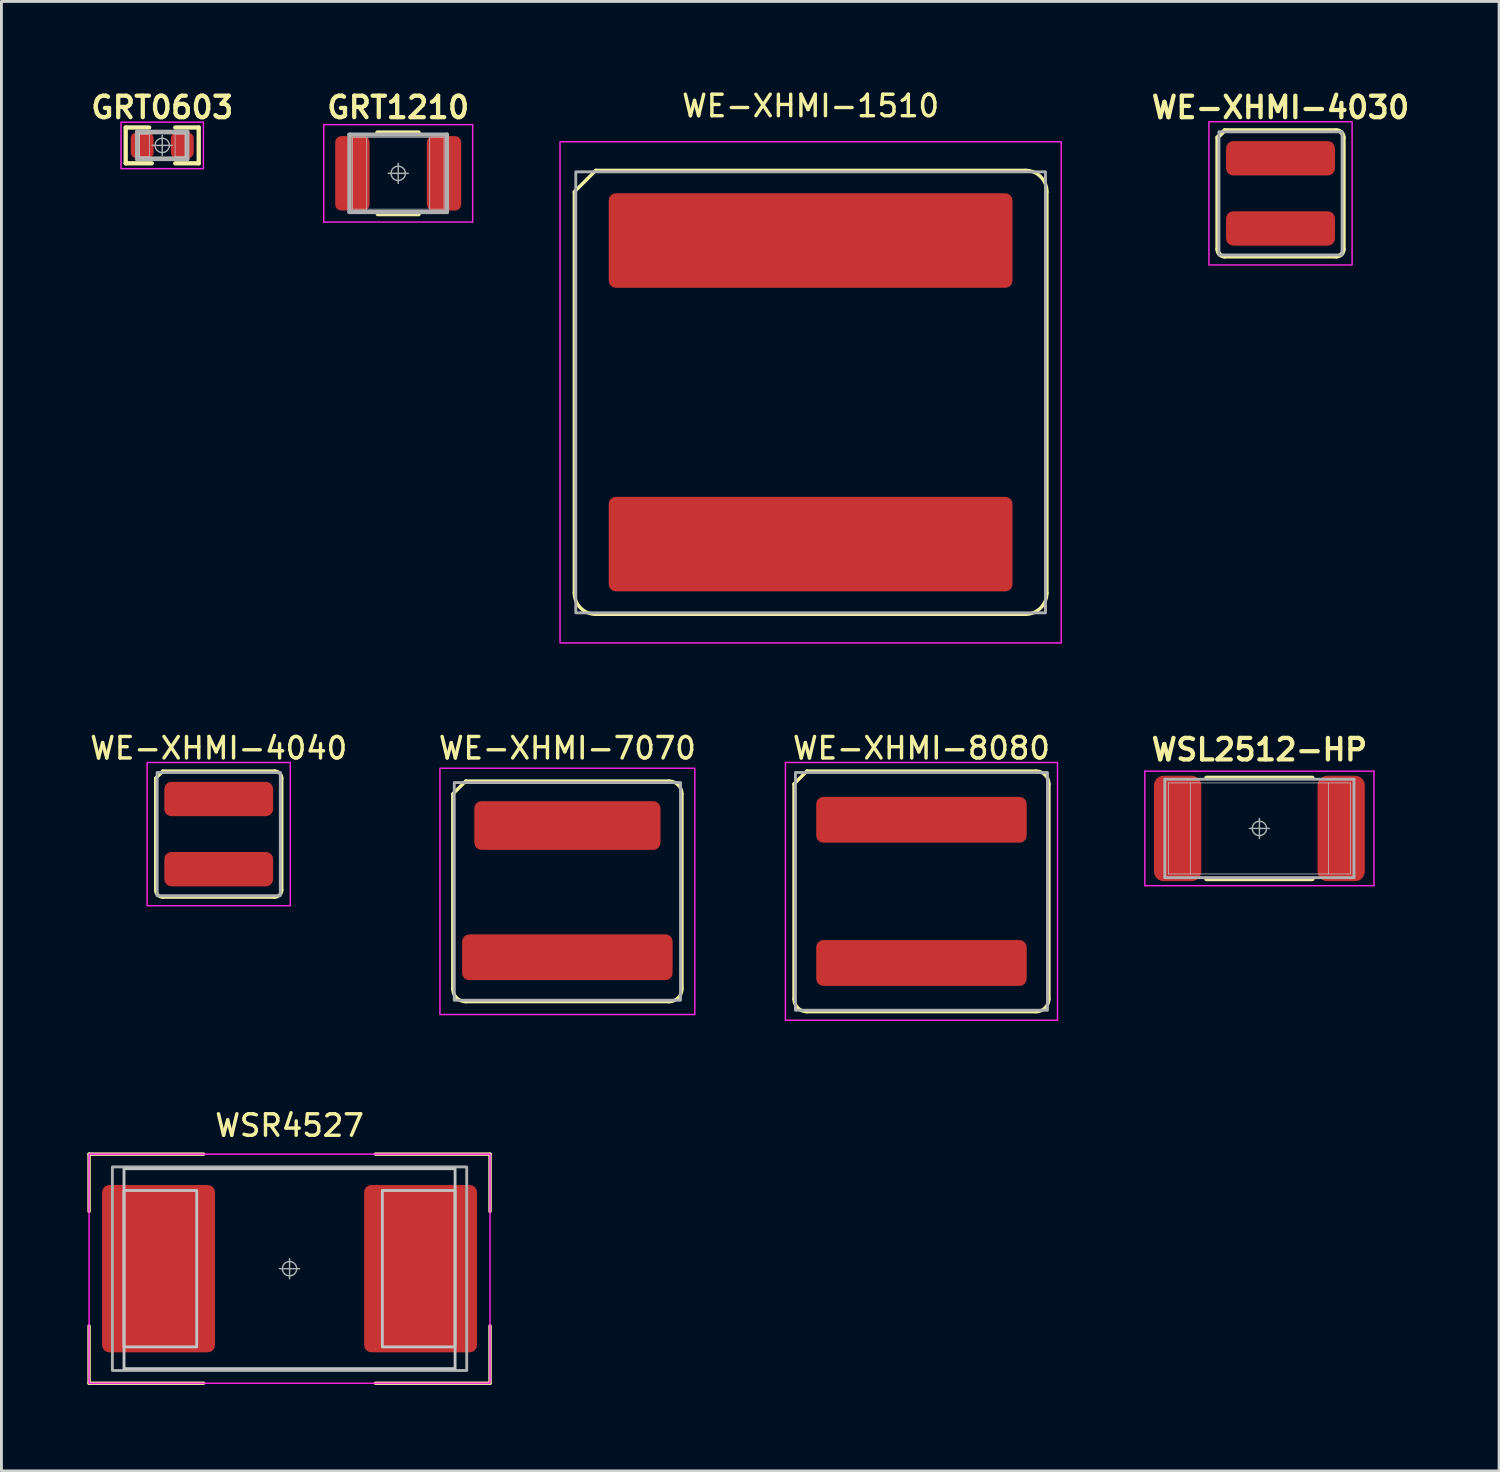
<source format=kicad_pcb>
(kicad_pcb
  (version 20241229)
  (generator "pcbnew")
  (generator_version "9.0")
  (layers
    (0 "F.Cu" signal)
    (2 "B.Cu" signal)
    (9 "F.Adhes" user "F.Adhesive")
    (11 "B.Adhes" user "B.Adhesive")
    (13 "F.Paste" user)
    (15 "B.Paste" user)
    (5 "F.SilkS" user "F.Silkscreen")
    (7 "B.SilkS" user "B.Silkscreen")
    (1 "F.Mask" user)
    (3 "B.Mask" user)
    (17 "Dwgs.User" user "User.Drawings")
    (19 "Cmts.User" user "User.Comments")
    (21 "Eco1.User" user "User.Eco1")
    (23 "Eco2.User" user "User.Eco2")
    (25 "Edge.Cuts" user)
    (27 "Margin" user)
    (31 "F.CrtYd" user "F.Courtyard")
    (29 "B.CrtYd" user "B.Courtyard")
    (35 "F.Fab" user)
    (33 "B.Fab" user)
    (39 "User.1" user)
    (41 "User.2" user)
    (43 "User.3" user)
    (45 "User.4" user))
  (footprint "GRT1210"
    (layer "F.Cu")
    (at 10.854 3.002)
    (property "Reference" "GRT1210" (at 0 -2.3 0) (layer "F.SilkS") (effects (font (size 0.75 0.75) (thickness 0.15) (bold yes))))
    (attr smd)
    (fp_line (start -0.725 -1.425) (end 0.713 -1.425) (stroke (width 0.15) (type solid)) (layer "F.SilkS"))
    (fp_line (start -0.713 1.425) (end 0.713 1.425) (stroke (width 0.15) (type solid)) (layer "F.SilkS"))
    (fp_line (start -1.6 -1.25) (end 1.6 -1.25) (stroke (width 0.025) (type solid)) (layer "Dwgs.User"))
    (fp_line (start -1.6 1.25) (end -1.6 -1.25) (stroke (width 0.025) (type solid)) (layer "Dwgs.User"))
    (fp_line (start -1.1 -1.25) (end -1.1 1.25) (stroke (width 0.025) (type solid)) (layer "Dwgs.User"))
    (fp_line (start 1.1 1.25) (end 1.1 -1.25) (stroke (width 0.025) (type solid)) (layer "Dwgs.User"))
    (fp_line (start 1.6 -1.25) (end 1.6 1.25) (stroke (width 0.025) (type solid)) (layer "Dwgs.User"))
    (fp_line (start 1.6 1.25) (end -1.6 1.25) (stroke (width 0.025) (type solid)) (layer "Dwgs.User"))
    (fp_line (start -2.6 -1.7) (end 2.6 -1.7) (stroke (width 0.05) (type solid)) (layer "F.CrtYd"))
    (fp_line (start -2.6 1.7) (end -2.6 -1.7) (stroke (width 0.05) (type solid)) (layer "F.CrtYd"))
    (fp_line (start 2.6 -1.7) (end 2.6 1.7) (stroke (width 0.05) (type solid)) (layer "F.CrtYd"))
    (fp_line (start 2.6 1.7) (end -2.6 1.7) (stroke (width 0.05) (type solid)) (layer "F.CrtYd"))
    (fp_line (start -1.7 -1.35) (end 1.7 -1.35) (stroke (width 0.15) (type solid)) (layer "F.Fab"))
    (fp_line (start -1.7 1.35) (end -1.7 -1.35) (stroke (width 0.15) (type solid)) (layer "F.Fab"))
    (fp_line (start 0 -0.35) (end 0 0.35) (stroke (width 0.05) (type solid)) (layer "F.Fab"))
    (fp_line (start 0.35 0) (end -0.35 0) (stroke (width 0.05) (type solid)) (layer "F.Fab"))
    (fp_line (start 1.7 -1.35) (end 1.7 1.35) (stroke (width 0.15) (type solid)) (layer "F.Fab"))
    (fp_line (start 1.7 1.35) (end -1.7 1.35) (stroke (width 0.15) (type solid)) (layer "F.Fab"))
    (fp_circle (center 0 0) (end 0.25 0) (stroke (width 0.05) (type solid)) (fill no) (layer "F.Fab"))
    (pad "1" smd roundrect (at -1.6 0) (size 1.2 2.6) (layers "F.Cu" "F.Mask" "F.Paste") (roundrect_rratio 0.179))
    (pad "2" smd roundrect (at 1.6 0) (size 1.2 2.6) (layers "F.Cu" "F.Mask" "F.Paste") (roundrect_rratio 0.179)))
  (footprint "WE-XHMI-4030"
    (layer "F.Cu")
    (at 41.661 3.702)
    (property "Reference" "WE-XHMI-4030" (at 0 -3 0) (unlocked yes) (layer "F.SilkS") (effects (font (size 0.75 0.75) (thickness 0.15) (bold yes))))
    (attr smd)
    (fp_line (start -2.2 1.95) (end -2.2 -1.95) (stroke (width 0.15) (type solid)) (layer "F.SilkS"))
    (fp_line (start -1.95 -2.2) (end -2.2 -1.95) (stroke (width 0.15) (type solid)) (layer "F.SilkS"))
    (fp_line (start -1.95 -2.2) (end 1.95 -2.2) (stroke (width 0.15) (type solid)) (layer "F.SilkS"))
    (fp_line (start 1.95 2.2) (end -1.95 2.2) (stroke (width 0.15) (type solid)) (layer "F.SilkS"))
    (fp_line (start 2.2 -1.95) (end 2.2 1.95) (stroke (width 0.15) (type solid)) (layer "F.SilkS"))
    (fp_arc (start -1.95 2.2) (mid -2.126777 2.126777) (end -2.2 1.95) (stroke (width 0.15) (type solid)) (layer "F.SilkS"))
    (fp_arc (start 1.95 -2.2) (mid 2.126777 -2.126777) (end 2.2 -1.95) (stroke (width 0.15) (type solid)) (layer "F.SilkS"))
    (fp_arc (start 2.2 1.95) (mid 2.126777 2.126777) (end 1.95 2.2) (stroke (width 0.15) (type solid)) (layer "F.SilkS"))
    (fp_rect (start -2.5 -2.5) (end 2.5 2.5) (stroke (width 0.05) (type default)) (fill no) (layer "F.CrtYd"))
    (fp_rect (start -2.15 -2.15) (end 2.15 2.15) (stroke (width 0.1) (type solid)) (fill no) (layer "F.Fab"))
    (pad "1" smd roundrect (at 0 -1.225) (size 3.8 1.2) (layers "F.Cu" "F.Mask" "F.Paste") (roundrect_rratio 0.208))
    (pad "2" smd roundrect (at 0 1.225) (size 3.8 1.2) (layers "F.Cu" "F.Mask" "F.Paste") (roundrect_rratio 0.208)))
  (footprint "WE-XHMI-4040"
    (layer "F.Cu")
    (at 4.587 26.074)
    (property "Reference" "WE-XHMI-4040" (at 0 -3 0) (unlocked yes) (layer "F.SilkS") (effects (font (size 0.75 0.75) (thickness 0.12))))
    (attr smd)
    (fp_line (start -2.2 1.95) (end -2.2 -1.95) (stroke (width 0.12) (type default)) (layer "F.SilkS"))
    (fp_line (start -1.95 -2.2) (end -2.2 -1.95) (stroke (width 0.12) (type default)) (layer "F.SilkS"))
    (fp_line (start -1.95 -2.2) (end 1.95 -2.2) (stroke (width 0.12) (type default)) (layer "F.SilkS"))
    (fp_line (start 1.95 2.2) (end -1.95 2.2) (stroke (width 0.12) (type default)) (layer "F.SilkS"))
    (fp_line (start 2.2 -1.95) (end 2.2 1.95) (stroke (width 0.12) (type default)) (layer "F.SilkS"))
    (fp_arc (start -1.95 2.2) (mid -2.126777 2.126777) (end -2.2 1.95) (stroke (width 0.12) (type default)) (layer "F.SilkS"))
    (fp_arc (start 1.95 -2.2) (mid 2.126777 -2.126777) (end 2.2 -1.95) (stroke (width 0.12) (type default)) (layer "F.SilkS"))
    (fp_arc (start 2.2 1.95) (mid 2.126777 2.126777) (end 1.95 2.2) (stroke (width 0.12) (type default)) (layer "F.SilkS"))
    (fp_rect (start -2.5 -2.5) (end 2.5 2.5) (stroke (width 0.05) (type default)) (fill no) (layer "F.CrtYd"))
    (fp_rect (start -2.15 -2.15) (end 2.15 2.15) (stroke (width 0.1) (type solid)) (fill no) (layer "F.Fab"))
    (pad "1" smd roundrect (at 0 -1.225) (size 3.8 1.2) (layers "F.Cu" "F.Mask" "F.Paste") (roundrect_rratio 0.208))
    (pad "2" smd roundrect (at 0 1.225) (size 3.8 1.2) (layers "F.Cu" "F.Mask" "F.Paste") (roundrect_rratio 0.208)))
  (footprint "WE-XHMI-7070"
    (layer "F.Cu")
    (at 16.761 28.074)
    (property "Reference" "WE-XHMI-7070" (at 0 -5 0) (unlocked yes) (layer "F.SilkS") (effects (font (size 0.75 0.75) (thickness 0.12))))
    (attr smd)
    (fp_line (start -4 -3.4) (end -4 3.4) (stroke (width 0.12) (type solid)) (layer "F.SilkS"))
    (fp_line (start -3.55 -3.85) (end -4 -3.4) (stroke (width 0.12) (type solid)) (layer "F.SilkS"))
    (fp_line (start -3.55 3.85) (end 3.55 3.85) (stroke (width 0.12) (type solid)) (layer "F.SilkS"))
    (fp_line (start 3.55 -3.85) (end -3.55 -3.85) (stroke (width 0.12) (type solid)) (layer "F.SilkS"))
    (fp_line (start 4 3.4) (end 4 -3.4) (stroke (width 0.12) (type solid)) (layer "F.SilkS"))
    (fp_arc (start -3.55 3.85) (mid -3.868198 3.718198) (end -4 3.4) (stroke (width 0.12) (type solid)) (layer "F.SilkS"))
    (fp_arc (start 3.55 -3.85) (mid 3.868198 -3.718198) (end 4 -3.4) (stroke (width 0.12) (type solid)) (layer "F.SilkS"))
    (fp_arc (start 4 3.4) (mid 3.868198 3.718198) (end 3.55 3.85) (stroke (width 0.12) (type solid)) (layer "F.SilkS"))
    (fp_rect (start -4.45 -4.3) (end 4.45 4.3) (stroke (width 0.05) (type solid)) (fill no) (layer "F.CrtYd"))
    (fp_rect (start -3.95 -3.8) (end 3.95 3.8) (stroke (width 0.1) (type solid)) (fill no) (layer "F.Fab"))
    (pad "1" smd roundrect (at 0 -2.3) (size 6.5 1.7) (layers "F.Cu" "F.Mask" "F.Paste") (roundrect_rratio 0.147))
    (pad "2" smd roundrect (at 0 2.3) (size 7.35 1.6) (layers "F.Cu" "F.Mask" "F.Paste") (roundrect_rratio 0.156)))
  (footprint "WSR4527"
    (layer "F.Cu")
    (at 7.06 41.248)
    (property "Reference" "WSR4527" (at 0 -5 0) (layer "F.SilkS") (effects (font (size 0.75 0.75) (thickness 0.12))))
    (attr smd)
    (fp_line (start -7 -4) (end -7 -2) (stroke (width 0.12) (type solid)) (layer "F.SilkS"))
    (fp_line (start -7 2) (end -7 4) (stroke (width 0.12) (type solid)) (layer "F.SilkS"))
    (fp_line (start -7 4) (end -3 4) (stroke (width 0.12) (type solid)) (layer "F.SilkS"))
    (fp_line (start -3 -4) (end -7 -4) (stroke (width 0.12) (type solid)) (layer "F.SilkS"))
    (fp_line (start 3 4) (end 7 4) (stroke (width 0.12) (type solid)) (layer "F.SilkS"))
    (fp_line (start 7 -4) (end 3 -4) (stroke (width 0.12) (type solid)) (layer "F.SilkS"))
    (fp_line (start 7 -2) (end 7 -4) (stroke (width 0.12) (type solid)) (layer "F.SilkS"))
    (fp_line (start 7 4) (end 7 2) (stroke (width 0.12) (type solid)) (layer "F.SilkS"))
    (fp_rect (start -5.78 -3.49) (end 5.78 3.49) (stroke (width 0.1) (type solid)) (fill no) (layer "Dwgs.User"))
    (fp_rect (start -5.78 -2.73) (end -3.24 2.73) (stroke (width 0.1) (type solid)) (fill no) (layer "Dwgs.User"))
    (fp_rect (start 3.24 -2.73) (end 5.78 2.73) (stroke (width 0.1) (type solid)) (fill no) (layer "Dwgs.User"))
    (fp_rect (start -7 -4) (end 7 4) (stroke (width 0.05) (type default)) (fill no) (layer "F.CrtYd"))
    (fp_line (start 0 -0.35) (end 0 0.35) (stroke (width 0.05) (type solid)) (layer "F.Fab"))
    (fp_line (start 0.35 0) (end -0.35 0) (stroke (width 0.05) (type solid)) (layer "F.Fab"))
    (fp_rect (start -6.186 -3.554) (end 6.186 3.554) (stroke (width 0.1) (type solid)) (fill no) (layer "F.Fab"))
    (fp_circle (center 0 0) (end 0.25 0) (stroke (width 0.05) (type solid)) (fill no) (layer "F.Fab"))
    (pad "1" smd roundrect (at -4.575 0) (size 3.94 5.84) (layers "F.Cu" "F.Mask" "F.Paste") (roundrect_rratio 0.063))
    (pad "2" smd roundrect (at 4.575 0) (size 3.94 5.84) (layers "F.Cu" "F.Mask" "F.Paste") (roundrect_rratio 0.063)))
  (footprint "GRT0603"
    (layer "F.Cu")
    (at 2.614 2.027)
    (property "Reference" "GRT0603" (at 0 -1.325 0) (layer "F.SilkS") (effects (font (size 0.75 0.75) (thickness 0.15) (bold yes))))
    (attr smd)
    (fp_line (start -1.275 -0.625) (end -0.455 -0.625) (stroke (width 0.15) (type solid)) (layer "F.SilkS"))
    (fp_line (start -1.275 0.625) (end -1.275 -0.625) (stroke (width 0.15) (type solid)) (layer "F.SilkS"))
    (fp_line (start -0.365 0.625) (end -1.275 0.625) (stroke (width 0.15) (type solid)) (layer "F.SilkS"))
    (fp_line (start 0.455 0.625) (end 1.275 0.625) (stroke (width 0.15) (type solid)) (layer "F.SilkS"))
    (fp_line (start 1.275 -0.625) (end 0.455 -0.625) (stroke (width 0.15) (type solid)) (layer "F.SilkS"))
    (fp_line (start 1.275 0.625) (end 1.275 -0.625) (stroke (width 0.15) (type solid)) (layer "F.SilkS"))
    (fp_line (start -0.8 -0.4) (end -0.45 -0.4) (stroke (width 0.025) (type solid)) (layer "Dwgs.User"))
    (fp_line (start -0.8 -0.4) (end 0.8 -0.4) (stroke (width 0.025) (type solid)) (layer "Dwgs.User"))
    (fp_line (start -0.8 0.4) (end -0.8 -0.4) (stroke (width 0.025) (type solid)) (layer "Dwgs.User"))
    (fp_line (start -0.8 0.4) (end -0.8 -0.4) (stroke (width 0.025) (type solid)) (layer "Dwgs.User"))
    (fp_line (start -0.45 -0.4) (end -0.45 0.4) (stroke (width 0.025) (type solid)) (layer "Dwgs.User"))
    (fp_line (start -0.45 0.4) (end -0.8 0.4) (stroke (width 0.025) (type solid)) (layer "Dwgs.User"))
    (fp_line (start 0.45 -0.4) (end 0.8 -0.4) (stroke (width 0.025) (type solid)) (layer "Dwgs.User"))
    (fp_line (start 0.45 0.4) (end 0.45 -0.4) (stroke (width 0.025) (type solid)) (layer "Dwgs.User"))
    (fp_line (start 0.8 -0.4) (end 0.8 0.4) (stroke (width 0.025) (type solid)) (layer "Dwgs.User"))
    (fp_line (start 0.8 -0.4) (end 0.8 0.4) (stroke (width 0.025) (type solid)) (layer "Dwgs.User"))
    (fp_line (start 0.8 0.4) (end -0.8 0.4) (stroke (width 0.025) (type solid)) (layer "Dwgs.User"))
    (fp_line (start 0.8 0.4) (end 0.45 0.4) (stroke (width 0.025) (type solid)) (layer "Dwgs.User"))
    (fp_rect (start -1.438 -0.812) (end 1.438 0.812) (stroke (width 0.05) (type solid)) (fill no) (layer "F.CrtYd"))
    (fp_line (start -0.875 -0.475) (end 0.875 -0.475) (stroke (width 0.15) (type solid)) (layer "F.Fab"))
    (fp_line (start -0.875 0.475) (end -0.875 -0.475) (stroke (width 0.15) (type solid)) (layer "F.Fab"))
    (fp_line (start 0 -0.35) (end 0 0.35) (stroke (width 0.05) (type solid)) (layer "F.Fab"))
    (fp_line (start 0.35 0) (end -0.35 0) (stroke (width 0.05) (type solid)) (layer "F.Fab"))
    (fp_line (start 0.875 -0.475) (end 0.875 0.475) (stroke (width 0.15) (type solid)) (layer "F.Fab"))
    (fp_line (start 0.875 0.475) (end -0.875 0.475) (stroke (width 0.15) (type solid)) (layer "F.Fab"))
    (fp_circle (center 0 0) (end 0.25 0) (stroke (width 0.05) (type solid)) (fill no) (layer "F.Fab"))
    (pad "1" smd roundrect (at -0.7 0) (size 0.8 0.9) (layers "F.Cu" "F.Mask" "F.Paste") (roundrect_rratio 0.25))
    (pad "2" smd roundrect (at 0.7 0) (size 0.8 0.9) (layers "F.Cu" "F.Mask" "F.Paste") (roundrect_rratio 0.25)))
  (footprint "WE-XHMI-1510"
    (layer "F.Cu")
    (at 25.254 10.649)
    (property "Reference" "WE-XHMI-1510" (at 0 -10 0) (unlocked yes) (layer "F.SilkS") (effects (font (size 0.75 0.75) (thickness 0.12))))
    (attr smd)
    (fp_line (start -8.25 -7) (end -8.25 7) (stroke (width 0.12) (type solid)) (layer "F.SilkS"))
    (fp_line (start -7.5 -7.75) (end -8.25 -7) (stroke (width 0.12) (type solid)) (layer "F.SilkS"))
    (fp_line (start -7.5 7.75) (end 7.5 7.75) (stroke (width 0.12) (type solid)) (layer "F.SilkS"))
    (fp_line (start 7.5 -7.75) (end -7.5 -7.75) (stroke (width 0.12) (type solid)) (layer "F.SilkS"))
    (fp_line (start 8.25 7) (end 8.25 -7) (stroke (width 0.12) (type solid)) (layer "F.SilkS"))
    (fp_arc (start -7.5 7.75) (mid -8.03033 7.53033) (end -8.25 7) (stroke (width 0.12) (type solid)) (layer "F.SilkS"))
    (fp_arc (start 7.5 -7.75) (mid 8.03033 -7.53033) (end 8.25 -7) (stroke (width 0.12) (type solid)) (layer "F.SilkS"))
    (fp_arc (start 8.25 7) (mid 8.03033 7.53033) (end 7.5 7.75) (stroke (width 0.12) (type solid)) (layer "F.SilkS"))
    (fp_rect (start -8.75 -8.75) (end 8.75 8.75) (stroke (width 0.05) (type solid)) (fill no) (layer "F.CrtYd"))
    (fp_rect (start -8.2 -7.7) (end 8.2 7.7) (stroke (width 0.1) (type solid)) (fill no) (layer "F.Fab"))
    (pad "1" smd roundrect (at 0 5.3) (size 14.1 3.3) (layers "F.Cu" "F.Mask" "F.Paste") (roundrect_rratio 0.076))
    (pad "2" smd roundrect (at 0 -5.3) (size 14.1 3.3) (layers "F.Cu" "F.Mask" "F.Paste") (roundrect_rratio 0.076)))
  (footprint "WSL2512-HP"
    (layer "F.Cu")
    (at 40.924 25.876)
    (property "Reference" "WSL2512-HP" (at 0 -2.75 0) (layer "F.SilkS") (effects (font (size 0.75 0.75) (thickness 0.15) (bold yes))))
    (attr smd)
    (fp_line (start -1.85 -1.767) (end 1.85 -1.767) (stroke (width 0.15) (type solid)) (layer "F.SilkS"))
    (fp_line (start -1.85 1.767) (end 1.85 1.767) (stroke (width 0.15) (type solid)) (layer "F.SilkS"))
    (fp_line (start -3.175 -1.59) (end 3.175 -1.59) (stroke (width 0.025) (type solid)) (layer "Dwgs.User"))
    (fp_line (start -3.175 1.59) (end -3.175 -1.59) (stroke (width 0.025) (type solid)) (layer "Dwgs.User"))
    (fp_line (start -2.413 -1.59) (end -2.413 1.59) (stroke (width 0.025) (type solid)) (layer "Dwgs.User"))
    (fp_line (start 2.413 1.59) (end 2.413 -1.59) (stroke (width 0.025) (type solid)) (layer "Dwgs.User"))
    (fp_line (start 3.175 -1.59) (end 3.175 1.59) (stroke (width 0.025) (type solid)) (layer "Dwgs.User"))
    (fp_line (start 3.175 1.59) (end -3.175 1.59) (stroke (width 0.025) (type solid)) (layer "Dwgs.User"))
    (fp_line (start -4 -2) (end 4 -2) (stroke (width 0.05) (type solid)) (layer "F.CrtYd"))
    (fp_line (start -4 2) (end -4 -2) (stroke (width 0.05) (type solid)) (layer "F.CrtYd"))
    (fp_line (start 4 -2) (end 4 2) (stroke (width 0.05) (type solid)) (layer "F.CrtYd"))
    (fp_line (start 4 2) (end -4 2) (stroke (width 0.05) (type solid)) (layer "F.CrtYd"))
    (fp_line (start -3.302 -1.717) (end 3.302 -1.717) (stroke (width 0.1) (type solid)) (layer "F.Fab"))
    (fp_line (start -3.302 1.717) (end -3.302 -1.717) (stroke (width 0.1) (type solid)) (layer "F.Fab"))
    (fp_line (start 0 -0.35) (end 0 0.35) (stroke (width 0.05) (type solid)) (layer "F.Fab"))
    (fp_line (start 0.35 0) (end -0.35 0) (stroke (width 0.05) (type solid)) (layer "F.Fab"))
    (fp_line (start 3.302 -1.717) (end 3.302 1.717) (stroke (width 0.1) (type solid)) (layer "F.Fab"))
    (fp_line (start 3.302 1.717) (end -3.302 1.717) (stroke (width 0.1) (type solid)) (layer "F.Fab"))
    (fp_circle (center 0 0) (end 0.25 0) (stroke (width 0.05) (type solid)) (fill no) (layer "F.Fab"))
    (pad "1" smd roundrect (at -2.855 0) (size 1.65 3.68) (layers "F.Cu" "F.Mask" "F.Paste") (roundrect_rratio 0.2))
    (pad "2" smd roundrect (at 2.855 0) (size 1.65 3.68) (layers "F.Cu" "F.Mask" "F.Paste") (roundrect_rratio 0.2)))
  (footprint "WE-XHMI-8080"
    (layer "F.Cu")
    (at 29.124 28.074)
    (property "Reference" "WE-XHMI-8080" (at 0 -5 0) (unlocked yes) (layer "F.SilkS") (effects (font (size 0.75 0.75) (thickness 0.12))))
    (attr smd)
    (fp_line (start -4.45 -3.75) (end -4.45 3.75) (stroke (width 0.12) (type solid)) (layer "F.SilkS"))
    (fp_line (start -4 -4.2) (end -4.45 -3.75) (stroke (width 0.12) (type solid)) (layer "F.SilkS"))
    (fp_line (start -4 4.2) (end 4 4.2) (stroke (width 0.12) (type solid)) (layer "F.SilkS"))
    (fp_line (start 4 -4.2) (end -4 -4.2) (stroke (width 0.12) (type solid)) (layer "F.SilkS"))
    (fp_line (start 4.45 3.75) (end 4.45 -3.75) (stroke (width 0.12) (type solid)) (layer "F.SilkS"))
    (fp_arc (start -4 4.2) (mid -4.318198 4.068198) (end -4.45 3.75) (stroke (width 0.12) (type solid)) (layer "F.SilkS"))
    (fp_arc (start 4 -4.2) (mid 4.318198 -4.068198) (end 4.45 -3.75) (stroke (width 0.12) (type solid)) (layer "F.SilkS"))
    (fp_arc (start 4.45 3.75) (mid 4.318198 4.068198) (end 4 4.2) (stroke (width 0.12) (type solid)) (layer "F.SilkS"))
    (fp_rect (start -4.75 -4.5) (end 4.75 4.5) (stroke (width 0.05) (type solid)) (fill no) (layer "F.CrtYd"))
    (fp_rect (start -4.4 -4.15) (end 4.4 4.15) (stroke (width 0.1) (type solid)) (fill no) (layer "F.Fab"))
    (pad "1" smd roundrect (at 0 -2.5) (size 7.35 1.6) (layers "F.Cu" "F.Mask" "F.Paste") (roundrect_rratio 0.156))
    (pad "2" smd roundrect (at 0 2.5) (size 7.35 1.6) (layers "F.Cu" "F.Mask" "F.Paste") (roundrect_rratio 0.156)))
  (gr_rect
    (start -3 -3)
    (end 49.293 48.308)
    (stroke (width 0.1) (type default))
    (fill no)
    (layer "Edge.Cuts")))
</source>
